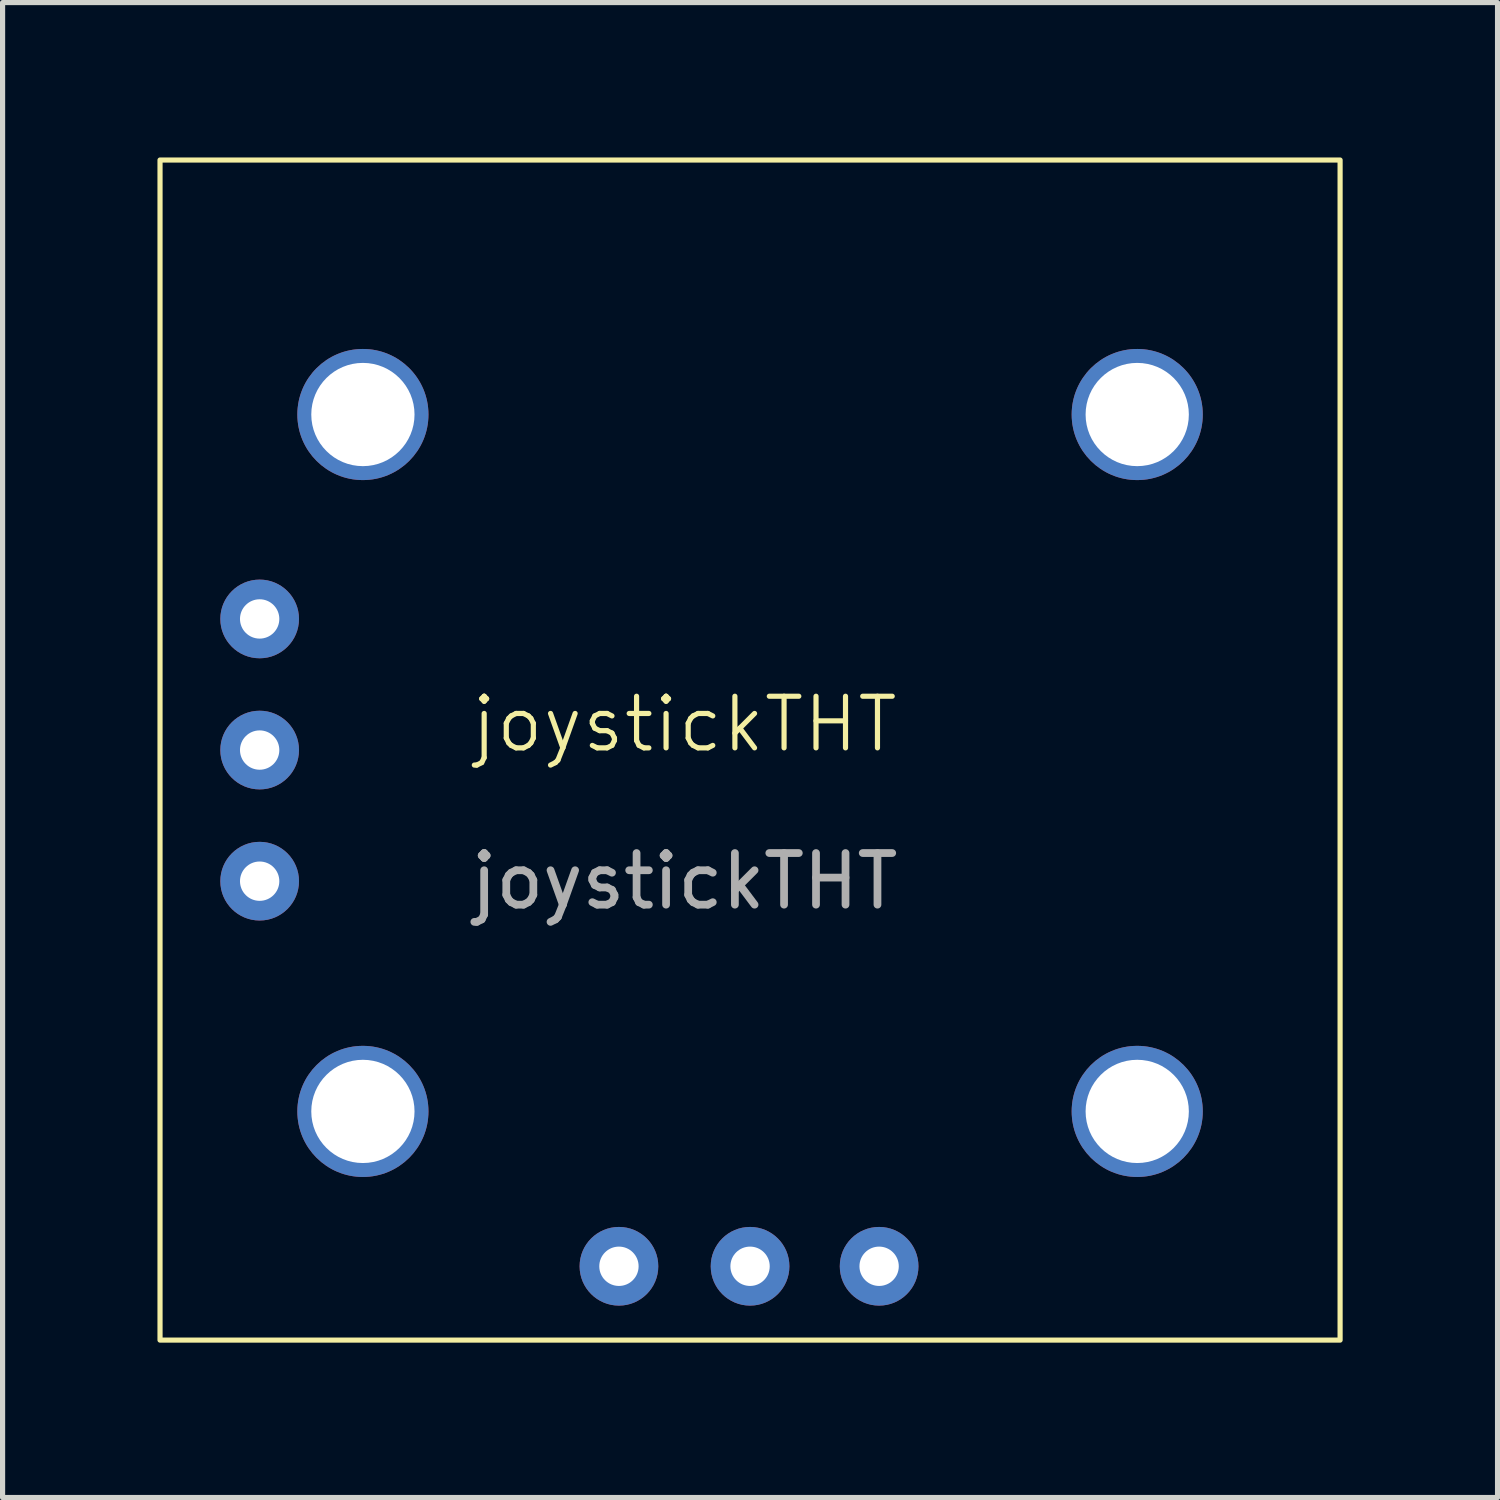
<source format=kicad_pcb>
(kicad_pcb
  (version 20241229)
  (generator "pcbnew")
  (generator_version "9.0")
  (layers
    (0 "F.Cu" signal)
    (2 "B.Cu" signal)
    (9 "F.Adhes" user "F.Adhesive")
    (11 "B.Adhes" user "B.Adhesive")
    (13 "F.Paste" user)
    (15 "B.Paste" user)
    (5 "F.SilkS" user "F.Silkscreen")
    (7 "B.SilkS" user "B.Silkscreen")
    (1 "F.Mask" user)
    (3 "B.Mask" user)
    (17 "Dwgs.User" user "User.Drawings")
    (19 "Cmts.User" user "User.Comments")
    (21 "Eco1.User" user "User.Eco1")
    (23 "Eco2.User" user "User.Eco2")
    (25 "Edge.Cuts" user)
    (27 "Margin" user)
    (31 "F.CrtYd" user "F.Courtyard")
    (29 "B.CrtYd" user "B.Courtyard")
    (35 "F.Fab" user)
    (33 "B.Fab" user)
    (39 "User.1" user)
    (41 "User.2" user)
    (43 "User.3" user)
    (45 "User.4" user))
  (footprint "joystickTHT"
    (layer "F.Cu")
    (at 11.48 11.48)
    (property "Reference" "joystickTHT" (at -1.27 -0.5 0) (unlocked yes) (layer "F.SilkS") (effects (font (size 1 1) (thickness 0.1))))
    (attr through_hole)
    (fp_rect (start -11.43 -11.43) (end 11.43 11.43) (stroke (width 0.1) (type default)) (fill no) (layer "F.SilkS"))
    (fp_text user "${REFERENCE}" (at -1.27 2.54 0) (unlocked yes) (layer "F.Fab") (effects (font (size 1 1) (thickness 0.15))))
    (pad "" np_thru_hole circle (at -7.5 -6.5) (size 2.54 2.54) (drill 2) (layers "*.Cu" "*.Mask"))
    (pad "" np_thru_hole circle (at -7.5 7) (size 2.54 2.54) (drill 2) (layers "*.Cu" "*.Mask"))
    (pad "" np_thru_hole circle (at 7.5 -6.5) (size 2.54 2.54) (drill 2) (layers "*.Cu" "*.Mask"))
    (pad "" np_thru_hole circle (at 7.5 7) (size 2.54 2.54) (drill 2) (layers "*.Cu" "*.Mask"))
    (pad "1" thru_hole circle (at -9.5 -2.54) (size 1.524 1.524) (drill 0.762) (layers "*.Cu" "*.Mask"))
    (pad "2" thru_hole circle (at -9.5 0) (size 1.524 1.524) (drill 0.762) (layers "*.Cu" "*.Mask"))
    (pad "3" thru_hole circle (at -9.5 2.54) (size 1.524 1.524) (drill 0.762) (layers "*.Cu" "*.Mask"))
    (pad "4" thru_hole circle (at -2.54 10) (size 1.524 1.524) (drill 0.762) (layers "*.Cu" "*.Mask"))
    (pad "5" thru_hole circle (at 0 10) (size 1.524 1.524) (drill 0.762) (layers "*.Cu" "*.Mask"))
    (pad "6" thru_hole circle (at 2.5 10) (size 1.524 1.524) (drill 0.762) (layers "*.Cu" "*.Mask")))
  (gr_rect
    (start -3 -3)
    (end 25.96 25.96)
    (stroke (width 0.1) (type default))
    (fill no)
    (layer "Edge.Cuts")))
</source>
